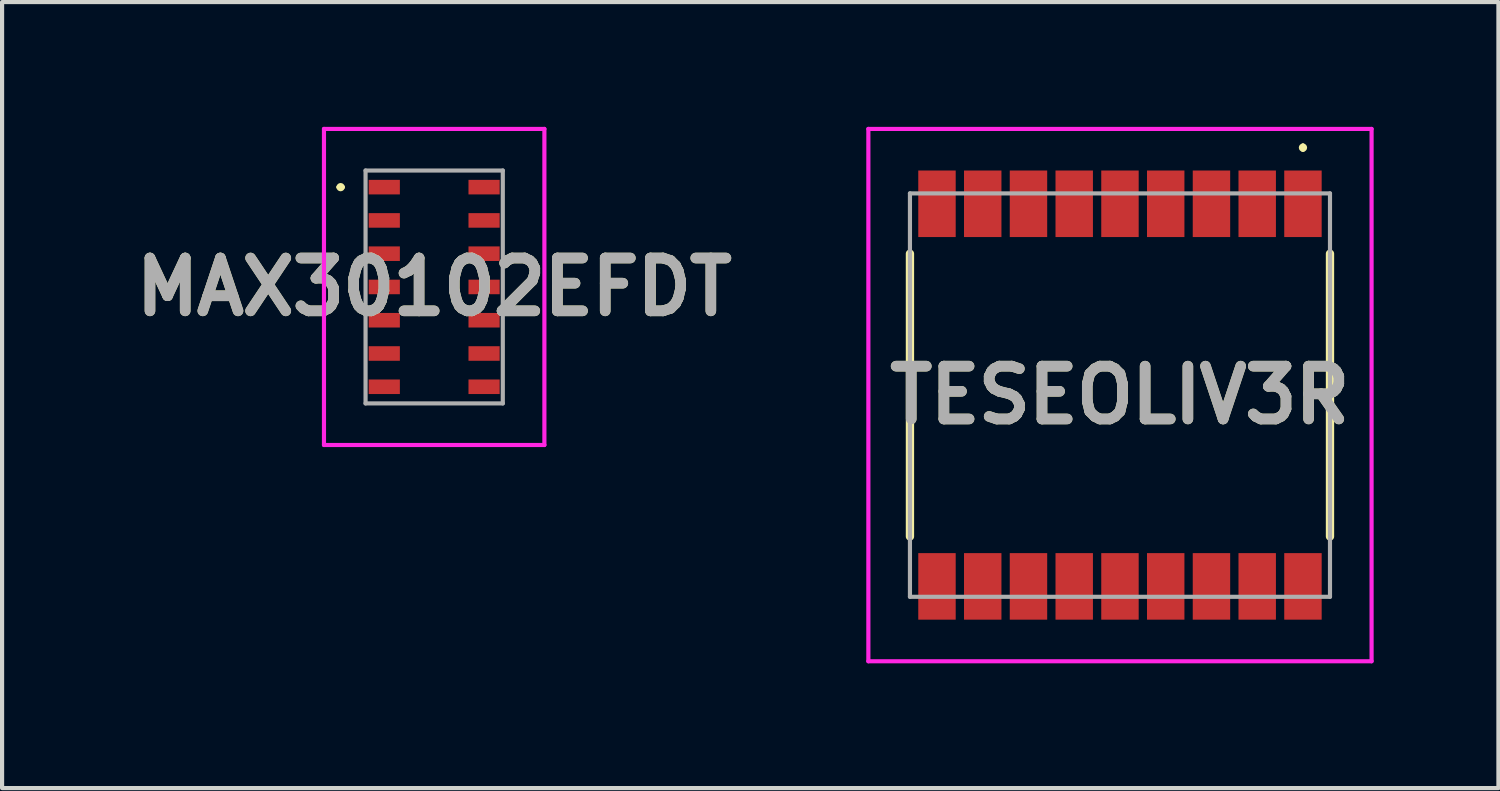
<source format=kicad_pcb>
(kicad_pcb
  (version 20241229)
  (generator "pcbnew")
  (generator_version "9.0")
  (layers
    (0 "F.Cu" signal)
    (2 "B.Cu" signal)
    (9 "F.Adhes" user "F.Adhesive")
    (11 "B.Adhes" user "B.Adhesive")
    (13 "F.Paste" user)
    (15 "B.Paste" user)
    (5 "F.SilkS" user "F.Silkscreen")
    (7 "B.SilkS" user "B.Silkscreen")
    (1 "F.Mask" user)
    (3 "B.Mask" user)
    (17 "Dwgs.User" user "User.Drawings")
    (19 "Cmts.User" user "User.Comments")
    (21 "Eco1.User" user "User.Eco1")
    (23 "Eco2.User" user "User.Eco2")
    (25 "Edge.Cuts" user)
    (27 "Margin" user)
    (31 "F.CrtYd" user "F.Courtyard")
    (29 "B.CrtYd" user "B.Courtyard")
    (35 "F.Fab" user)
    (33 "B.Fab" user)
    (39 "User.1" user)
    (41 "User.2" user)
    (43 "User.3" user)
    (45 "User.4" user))
  (footprint "TESEOLIV3R"
    (layer "F.Cu")
    (at 23.88 6.45)
    (property "Reference" "TESEOLIV3R" (at 0 0 0) (layer "F.SilkS") (effects (font (size 1.27 1.27) (thickness 0.254))))
    (attr smd)
    (fp_line (start -5.05 -3.4) (end -5.05 3.4) (stroke (width 0.2) (type solid)) (layer "F.SilkS"))
    (fp_line (start 4.4 -6) (end 4.4 -6) (stroke (width 0.1) (type solid)) (layer "F.SilkS"))
    (fp_line (start 4.4 -5.9) (end 4.4 -5.9) (stroke (width 0.1) (type solid)) (layer "F.SilkS"))
    (fp_line (start 5.05 -3.4) (end 5.05 3.4) (stroke (width 0.2) (type solid)) (layer "F.SilkS"))
    (fp_arc (start 4.4 -6) (mid 4.45 -5.95) (end 4.4 -5.9) (stroke (width 0.1) (type solid)) (layer "F.SilkS"))
    (fp_arc (start 4.4 -5.9) (mid 4.35 -5.95) (end 4.4 -6) (stroke (width 0.1) (type solid)) (layer "F.SilkS"))
    (fp_line (start -6.05 -6.4) (end 6.05 -6.4) (stroke (width 0.1) (type solid)) (layer "F.CrtYd"))
    (fp_line (start -6.05 6.4) (end -6.05 -6.4) (stroke (width 0.1) (type solid)) (layer "F.CrtYd"))
    (fp_line (start 6.05 -6.4) (end 6.05 6.4) (stroke (width 0.1) (type solid)) (layer "F.CrtYd"))
    (fp_line (start 6.05 6.4) (end -6.05 6.4) (stroke (width 0.1) (type solid)) (layer "F.CrtYd"))
    (fp_line (start -5.05 -4.85) (end 5.05 -4.85) (stroke (width 0.1) (type solid)) (layer "F.Fab"))
    (fp_line (start -5.05 4.85) (end -5.05 -4.85) (stroke (width 0.1) (type solid)) (layer "F.Fab"))
    (fp_line (start 5.05 -4.85) (end 5.05 4.85) (stroke (width 0.1) (type solid)) (layer "F.Fab"))
    (fp_line (start 5.05 4.85) (end -5.05 4.85) (stroke (width 0.1) (type solid)) (layer "F.Fab"))
    (fp_text user "${REFERENCE}" (at 0 0 0) (layer "F.Fab") (effects (font (size 1.27 1.27) (thickness 0.254))))
    (pad "1" smd rect (at 4.4 -4.6) (size 0.9 1.6) (layers "F.Cu" "F.Mask" "F.Paste"))
    (pad "2" smd rect (at 3.3 -4.6) (size 0.9 1.6) (layers "F.Cu" "F.Mask" "F.Paste"))
    (pad "3" smd rect (at 2.2 -4.6) (size 0.9 1.6) (layers "F.Cu" "F.Mask" "F.Paste"))
    (pad "4" smd rect (at 1.1 -4.6) (size 0.9 1.6) (layers "F.Cu" "F.Mask" "F.Paste"))
    (pad "5" smd rect (at 0 -4.6) (size 0.9 1.6) (layers "F.Cu" "F.Mask" "F.Paste"))
    (pad "6" smd rect (at -1.1 -4.6) (size 0.9 1.6) (layers "F.Cu" "F.Mask" "F.Paste"))
    (pad "7" smd rect (at -2.2 -4.6) (size 0.9 1.6) (layers "F.Cu" "F.Mask" "F.Paste"))
    (pad "8" smd rect (at -3.3 -4.6) (size 0.9 1.6) (layers "F.Cu" "F.Mask" "F.Paste"))
    (pad "9" smd rect (at -4.4 -4.6) (size 0.9 1.6) (layers "F.Cu" "F.Mask" "F.Paste"))
    (pad "10" smd rect (at -4.4 4.6) (size 0.9 1.6) (layers "F.Cu" "F.Mask" "F.Paste"))
    (pad "11" smd rect (at -3.3 4.6) (size 0.9 1.6) (layers "F.Cu" "F.Mask" "F.Paste"))
    (pad "12" smd rect (at -2.2 4.6) (size 0.9 1.6) (layers "F.Cu" "F.Mask" "F.Paste"))
    (pad "13" smd rect (at -1.1 4.6) (size 0.9 1.6) (layers "F.Cu" "F.Mask" "F.Paste"))
    (pad "14" smd rect (at 0 4.6) (size 0.9 1.6) (layers "F.Cu" "F.Mask" "F.Paste"))
    (pad "15" smd rect (at 1.1 4.6) (size 0.9 1.6) (layers "F.Cu" "F.Mask" "F.Paste"))
    (pad "16" smd rect (at 2.2 4.6) (size 0.9 1.6) (layers "F.Cu" "F.Mask" "F.Paste"))
    (pad "17" smd rect (at 3.3 4.6) (size 0.9 1.6) (layers "F.Cu" "F.Mask" "F.Paste"))
    (pad "18" smd rect (at 4.4 4.6) (size 0.9 1.6) (layers "F.Cu" "F.Mask" "F.Paste")))
  (footprint "MAX30102EFDT"
    (layer "F.Cu")
    (at 7.39 3.85)
    (property "Reference" "MAX30102EFDT" (at 0 0 0) (layer "F.SilkS") (effects (font (size 1.27 1.27) (thickness 0.254))))
    (attr smd)
    (fp_line (start -2.3 -2.4) (end -2.3 -2.4) (stroke (width 0.1) (type solid)) (layer "F.SilkS"))
    (fp_line (start -2.2 -2.4) (end -2.2 -2.4) (stroke (width 0.1) (type solid)) (layer "F.SilkS"))
    (fp_arc (start -2.3 -2.4) (mid -2.25 -2.45) (end -2.2 -2.4) (stroke (width 0.1) (type solid)) (layer "F.SilkS"))
    (fp_arc (start -2.2 -2.4) (mid -2.25 -2.35) (end -2.3 -2.4) (stroke (width 0.1) (type solid)) (layer "F.SilkS"))
    (fp_line (start -2.65 -3.8) (end 2.65 -3.8) (stroke (width 0.1) (type solid)) (layer "F.CrtYd"))
    (fp_line (start -2.65 3.8) (end -2.65 -3.8) (stroke (width 0.1) (type solid)) (layer "F.CrtYd"))
    (fp_line (start 2.65 -3.8) (end 2.65 3.8) (stroke (width 0.1) (type solid)) (layer "F.CrtYd"))
    (fp_line (start 2.65 3.8) (end -2.65 3.8) (stroke (width 0.1) (type solid)) (layer "F.CrtYd"))
    (fp_line (start -1.65 -2.8) (end 1.65 -2.8) (stroke (width 0.1) (type solid)) (layer "F.Fab"))
    (fp_line (start -1.65 2.8) (end -1.65 -2.8) (stroke (width 0.1) (type solid)) (layer "F.Fab"))
    (fp_line (start 1.65 -2.8) (end 1.65 2.8) (stroke (width 0.1) (type solid)) (layer "F.Fab"))
    (fp_line (start 1.65 2.8) (end -1.65 2.8) (stroke (width 0.1) (type solid)) (layer "F.Fab"))
    (fp_text user "${REFERENCE}" (at 0 0 0) (layer "F.Fab") (effects (font (size 1.27 1.27) (thickness 0.254))))
    (pad "1" smd rect (at -1.2 -2.4 90) (size 0.35 0.75) (layers "F.Cu" "F.Mask" "F.Paste"))
    (pad "2" smd rect (at -1.2 -1.6 90) (size 0.35 0.75) (layers "F.Cu" "F.Mask" "F.Paste"))
    (pad "3" smd rect (at -1.2 -0.8 90) (size 0.35 0.75) (layers "F.Cu" "F.Mask" "F.Paste"))
    (pad "4" smd rect (at -1.2 0 90) (size 0.35 0.75) (layers "F.Cu" "F.Mask" "F.Paste"))
    (pad "5" smd rect (at -1.2 0.8 90) (size 0.35 0.75) (layers "F.Cu" "F.Mask" "F.Paste"))
    (pad "6" smd rect (at -1.2 1.6 90) (size 0.35 0.75) (layers "F.Cu" "F.Mask" "F.Paste"))
    (pad "7" smd rect (at -1.2 2.4 90) (size 0.35 0.75) (layers "F.Cu" "F.Mask" "F.Paste"))
    (pad "8" smd rect (at 1.2 2.4 90) (size 0.35 0.75) (layers "F.Cu" "F.Mask" "F.Paste"))
    (pad "9" smd rect (at 1.2 1.6 90) (size 0.35 0.75) (layers "F.Cu" "F.Mask" "F.Paste"))
    (pad "10" smd rect (at 1.2 0.8 90) (size 0.35 0.75) (layers "F.Cu" "F.Mask" "F.Paste"))
    (pad "11" smd rect (at 1.2 0 90) (size 0.35 0.75) (layers "F.Cu" "F.Mask" "F.Paste"))
    (pad "12" smd rect (at 1.2 -0.8 90) (size 0.35 0.75) (layers "F.Cu" "F.Mask" "F.Paste"))
    (pad "13" smd rect (at 1.2 -1.6 90) (size 0.35 0.75) (layers "F.Cu" "F.Mask" "F.Paste"))
    (pad "14" smd rect (at 1.2 -2.4 90) (size 0.35 0.75) (layers "F.Cu" "F.Mask" "F.Paste")))
  (gr_rect
    (start -3 -3)
    (end 32.98 15.9)
    (stroke (width 0.1) (type default))
    (fill no)
    (layer "Edge.Cuts")))
</source>
